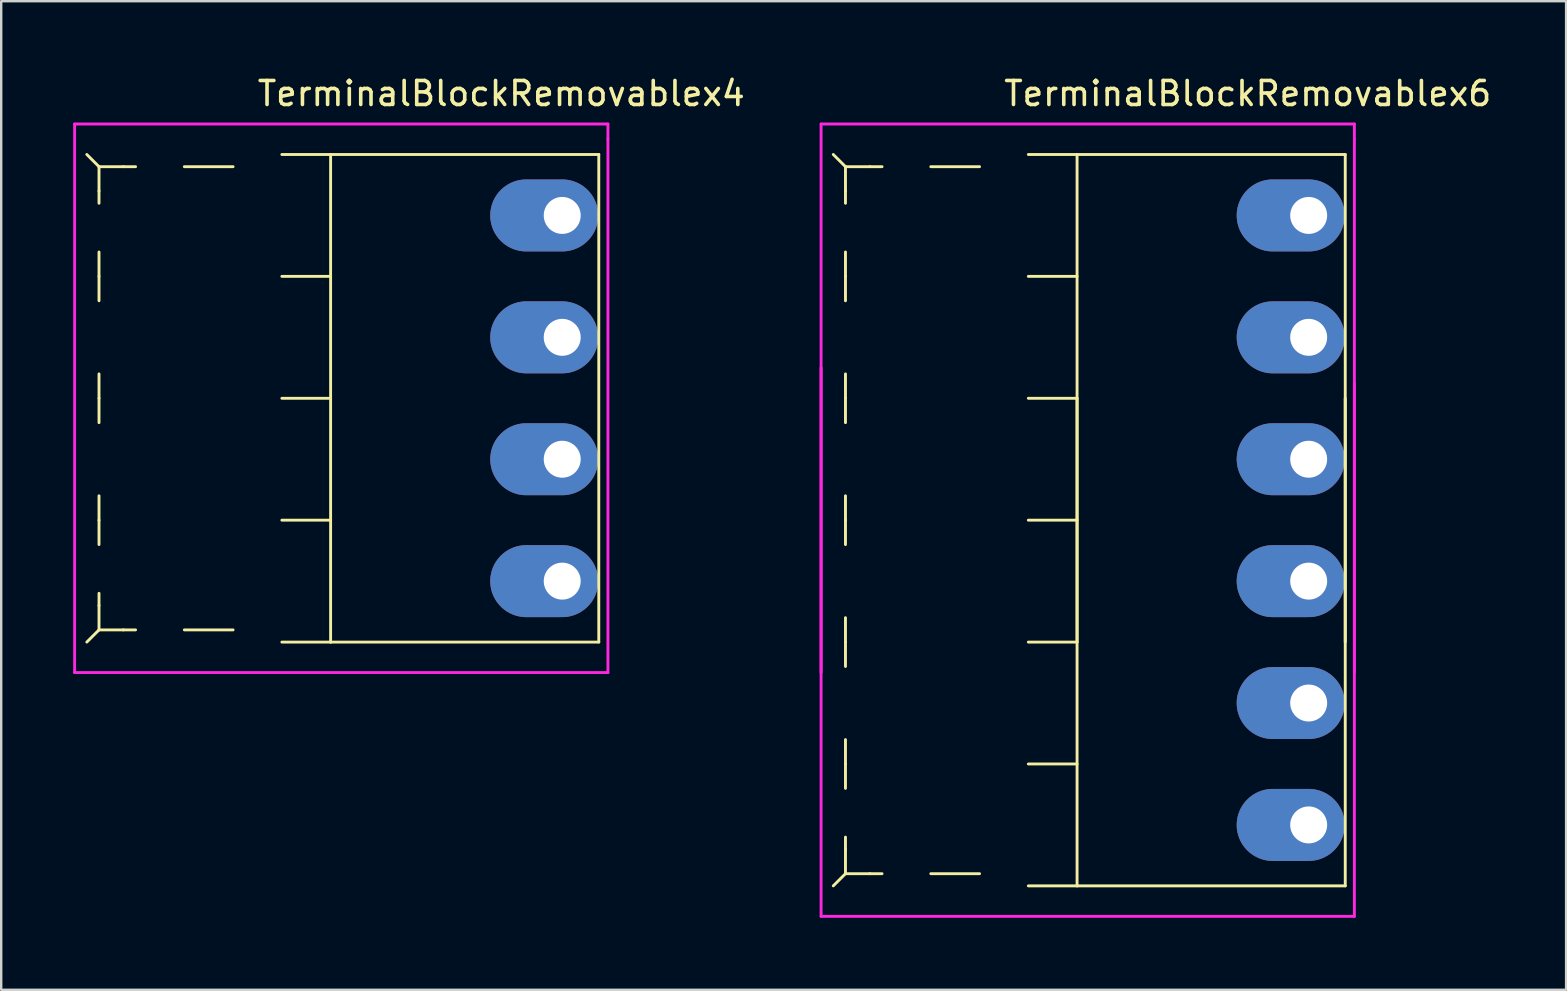
<source format=kicad_pcb>
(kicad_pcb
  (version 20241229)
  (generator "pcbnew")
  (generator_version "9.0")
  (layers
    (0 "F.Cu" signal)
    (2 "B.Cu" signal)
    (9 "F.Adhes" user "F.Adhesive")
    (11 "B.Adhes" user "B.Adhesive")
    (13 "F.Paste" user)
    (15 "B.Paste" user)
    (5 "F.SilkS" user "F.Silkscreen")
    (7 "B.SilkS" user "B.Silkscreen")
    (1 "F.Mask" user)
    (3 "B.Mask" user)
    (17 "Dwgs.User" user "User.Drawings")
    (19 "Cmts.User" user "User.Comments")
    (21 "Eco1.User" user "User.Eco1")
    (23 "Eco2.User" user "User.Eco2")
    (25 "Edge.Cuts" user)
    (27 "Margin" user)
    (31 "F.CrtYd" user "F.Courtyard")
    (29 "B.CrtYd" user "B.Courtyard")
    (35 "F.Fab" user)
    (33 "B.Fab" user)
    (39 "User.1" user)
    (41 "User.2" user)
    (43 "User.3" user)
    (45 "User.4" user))
  (footprint "TerminalBlockRemovablex4"
    (layer "F.Cu")
    (at 20.38 5.928)
    (property "Reference" "TerminalBlockRemovablex4" (at -2.54 -5.08 0) (layer "F.SilkS") (effects (font (size 1 1) (thickness 0.15))))
    (attr through_hole)
    (fp_line (start -19.812 -2.54) (end -19.304 -2.032) (stroke (width 0.12) (type solid)) (layer "F.SilkS"))
    (fp_line (start -19.812 17.78) (end -19.304 17.272) (stroke (width 0.12) (type solid)) (layer "F.SilkS"))
    (fp_line (start -19.304 -2.032) (end -19.304 -1.016) (stroke (width 0.12) (type solid)) (layer "F.SilkS"))
    (fp_line (start -19.304 -2.032) (end -18.288 -2.032) (stroke (width 0.12) (type solid)) (layer "F.SilkS"))
    (fp_line (start -19.304 -0.508) (end -19.304 -1.016) (stroke (width 0.12) (type solid)) (layer "F.SilkS"))
    (fp_line (start -19.304 2.54) (end -19.304 1.524) (stroke (width 0.12) (type solid)) (layer "F.SilkS"))
    (fp_line (start -19.304 2.54) (end -19.304 3.556) (stroke (width 0.12) (type solid)) (layer "F.SilkS"))
    (fp_line (start -19.304 7.62) (end -19.304 6.604) (stroke (width 0.12) (type solid)) (layer "F.SilkS"))
    (fp_line (start -19.304 7.62) (end -19.304 8.636) (stroke (width 0.12) (type solid)) (layer "F.SilkS"))
    (fp_line (start -19.304 12.7) (end -19.304 11.684) (stroke (width 0.12) (type solid)) (layer "F.SilkS"))
    (fp_line (start -19.304 12.7) (end -19.304 13.716) (stroke (width 0.12) (type solid)) (layer "F.SilkS"))
    (fp_line (start -19.304 15.748) (end -19.304 16.256) (stroke (width 0.12) (type solid)) (layer "F.SilkS"))
    (fp_line (start -19.304 16.256) (end -19.304 17.272) (stroke (width 0.12) (type solid)) (layer "F.SilkS"))
    (fp_line (start -19.304 17.272) (end -18.288 17.272) (stroke (width 0.12) (type solid)) (layer "F.SilkS"))
    (fp_line (start -17.78 -2.032) (end -18.288 -2.032) (stroke (width 0.12) (type solid)) (layer "F.SilkS"))
    (fp_line (start -17.78 17.272) (end -18.288 17.272) (stroke (width 0.12) (type solid)) (layer "F.SilkS"))
    (fp_line (start -15.748 -2.032) (end -13.716 -2.032) (stroke (width 0.12) (type solid)) (layer "F.SilkS"))
    (fp_line (start -15.748 17.272) (end -13.716 17.272) (stroke (width 0.12) (type solid)) (layer "F.SilkS"))
    (fp_line (start -9.652 -2.54) (end -11.684 -2.54) (stroke (width 0.12) (type solid)) (layer "F.SilkS"))
    (fp_line (start -9.652 -2.54) (end -9.652 17.78) (stroke (width 0.12) (type solid)) (layer "F.SilkS"))
    (fp_line (start -9.652 2.54) (end -11.684 2.54) (stroke (width 0.12) (type solid)) (layer "F.SilkS"))
    (fp_line (start -9.652 7.62) (end -11.684 7.62) (stroke (width 0.12) (type solid)) (layer "F.SilkS"))
    (fp_line (start -9.652 12.7) (end -11.684 12.7) (stroke (width 0.12) (type solid)) (layer "F.SilkS"))
    (fp_line (start -9.652 17.78) (end -11.684 17.78) (stroke (width 0.12) (type solid)) (layer "F.SilkS"))
    (fp_line (start 1.524 -2.54) (end -9.652 -2.54) (stroke (width 0.12) (type solid)) (layer "F.SilkS"))
    (fp_line (start 1.524 17.78) (end -9.652 17.78) (stroke (width 0.12) (type solid)) (layer "F.SilkS"))
    (fp_line (start 1.524 17.78) (end 1.524 -2.54) (stroke (width 0.12) (type solid)) (layer "F.SilkS"))
    (fp_line (start -20.32 19.05) (end -20.32 -3.81) (stroke (width 0.12) (type solid)) (layer "F.CrtYd"))
    (fp_line (start 1.905 -3.81) (end -20.32 -3.81) (stroke (width 0.12) (type solid)) (layer "F.CrtYd"))
    (fp_line (start 1.905 -3.81) (end 1.905 -3.175) (stroke (width 0.12) (type solid)) (layer "F.CrtYd"))
    (fp_line (start 1.905 -3.175) (end 1.905 19.05) (stroke (width 0.12) (type solid)) (layer "F.CrtYd"))
    (fp_line (start 1.905 19.05) (end -20.32 19.05) (stroke (width 0.12) (type solid)) (layer "F.CrtYd"))
    (pad "1" thru_hole oval (at 0 0) (size 4.5 3) (drill 1.54 (offset -0.75 0)) (layers "*.Cu" "*.Mask"))
    (pad "2" thru_hole oval (at 0 5.08) (size 4.5 3) (drill 1.54 (offset -0.75 0)) (layers "*.Cu" "*.Mask"))
    (pad "3" thru_hole oval (at 0 10.16) (size 4.5 3) (drill 1.54 (offset -0.75 0)) (layers "*.Cu" "*.Mask"))
    (pad "4" thru_hole oval (at 0 15.24) (size 4.5 3) (drill 1.54 (offset -0.75 0)) (layers "*.Cu" "*.Mask")))
  (footprint "TerminalBlockRemovablex6"
    (layer "F.Cu")
    (at 51.488 5.928)
    (property "Reference" "TerminalBlockRemovablex6" (at -2.54 -5.08 0) (layer "F.SilkS") (effects (font (size 1 1) (thickness 0.15))))
    (attr through_hole)
    (fp_line (start -19.812 -2.54) (end -19.304 -2.032) (stroke (width 0.12) (type solid)) (layer "F.SilkS"))
    (fp_line (start -19.812 27.94) (end -19.304 27.432) (stroke (width 0.12) (type solid)) (layer "F.SilkS"))
    (fp_line (start -19.304 -2.032) (end -19.304 -1.016) (stroke (width 0.12) (type solid)) (layer "F.SilkS"))
    (fp_line (start -19.304 -2.032) (end -18.288 -2.032) (stroke (width 0.12) (type solid)) (layer "F.SilkS"))
    (fp_line (start -19.304 -0.508) (end -19.304 -1.016) (stroke (width 0.12) (type solid)) (layer "F.SilkS"))
    (fp_line (start -19.304 2.54) (end -19.304 1.524) (stroke (width 0.12) (type solid)) (layer "F.SilkS"))
    (fp_line (start -19.304 2.54) (end -19.304 3.556) (stroke (width 0.12) (type solid)) (layer "F.SilkS"))
    (fp_line (start -19.304 7.62) (end -19.304 6.604) (stroke (width 0.12) (type solid)) (layer "F.SilkS"))
    (fp_line (start -19.304 7.62) (end -19.304 8.636) (stroke (width 0.12) (type solid)) (layer "F.SilkS"))
    (fp_line (start -19.304 12.7) (end -19.304 11.684) (stroke (width 0.12) (type solid)) (layer "F.SilkS"))
    (fp_line (start -19.304 12.7) (end -19.304 13.716) (stroke (width 0.12) (type solid)) (layer "F.SilkS"))
    (fp_line (start -19.304 17.78) (end -19.304 16.764) (stroke (width 0.12) (type solid)) (layer "F.SilkS"))
    (fp_line (start -19.304 17.78) (end -19.304 18.796) (stroke (width 0.12) (type solid)) (layer "F.SilkS"))
    (fp_line (start -19.304 22.86) (end -19.304 21.844) (stroke (width 0.12) (type solid)) (layer "F.SilkS"))
    (fp_line (start -19.304 22.86) (end -19.304 23.876) (stroke (width 0.12) (type solid)) (layer "F.SilkS"))
    (fp_line (start -19.304 25.908) (end -19.304 26.416) (stroke (width 0.12) (type solid)) (layer "F.SilkS"))
    (fp_line (start -19.304 26.416) (end -19.304 27.432) (stroke (width 0.12) (type solid)) (layer "F.SilkS"))
    (fp_line (start -19.304 27.432) (end -18.288 27.432) (stroke (width 0.12) (type solid)) (layer "F.SilkS"))
    (fp_line (start -17.78 -2.032) (end -18.288 -2.032) (stroke (width 0.12) (type solid)) (layer "F.SilkS"))
    (fp_line (start -17.78 27.432) (end -18.288 27.432) (stroke (width 0.12) (type solid)) (layer "F.SilkS"))
    (fp_line (start -15.748 -2.032) (end -13.716 -2.032) (stroke (width 0.12) (type solid)) (layer "F.SilkS"))
    (fp_line (start -15.748 27.432) (end -13.716 27.432) (stroke (width 0.12) (type solid)) (layer "F.SilkS"))
    (fp_line (start -9.652 -2.54) (end -11.684 -2.54) (stroke (width 0.12) (type solid)) (layer "F.SilkS"))
    (fp_line (start -9.652 -2.54) (end -9.652 17.78) (stroke (width 0.12) (type solid)) (layer "F.SilkS"))
    (fp_line (start -9.652 2.54) (end -11.684 2.54) (stroke (width 0.12) (type solid)) (layer "F.SilkS"))
    (fp_line (start -9.652 7.62) (end -11.684 7.62) (stroke (width 0.12) (type solid)) (layer "F.SilkS"))
    (fp_line (start -9.652 7.62) (end -9.652 27.94) (stroke (width 0.12) (type solid)) (layer "F.SilkS"))
    (fp_line (start -9.652 12.7) (end -11.684 12.7) (stroke (width 0.12) (type solid)) (layer "F.SilkS"))
    (fp_line (start -9.652 17.78) (end -11.684 17.78) (stroke (width 0.12) (type solid)) (layer "F.SilkS"))
    (fp_line (start -9.652 22.86) (end -11.684 22.86) (stroke (width 0.12) (type solid)) (layer "F.SilkS"))
    (fp_line (start -9.652 27.94) (end -11.684 27.94) (stroke (width 0.12) (type solid)) (layer "F.SilkS"))
    (fp_line (start 1.524 -2.54) (end -9.652 -2.54) (stroke (width 0.12) (type solid)) (layer "F.SilkS"))
    (fp_line (start 1.524 17.78) (end 1.524 -2.54) (stroke (width 0.12) (type solid)) (layer "F.SilkS"))
    (fp_line (start 1.524 27.94) (end -9.652 27.94) (stroke (width 0.12) (type solid)) (layer "F.SilkS"))
    (fp_line (start 1.524 27.94) (end 1.524 7.62) (stroke (width 0.12) (type solid)) (layer "F.SilkS"))
    (fp_line (start -20.32 19.05) (end -20.32 -3.81) (stroke (width 0.12) (type solid)) (layer "F.CrtYd"))
    (fp_line (start -20.32 29.21) (end -20.32 6.35) (stroke (width 0.12) (type solid)) (layer "F.CrtYd"))
    (fp_line (start 1.905 -3.81) (end -20.32 -3.81) (stroke (width 0.12) (type solid)) (layer "F.CrtYd"))
    (fp_line (start 1.905 -3.81) (end 1.905 -3.175) (stroke (width 0.12) (type solid)) (layer "F.CrtYd"))
    (fp_line (start 1.905 -3.175) (end 1.905 19.05) (stroke (width 0.12) (type solid)) (layer "F.CrtYd"))
    (fp_line (start 1.905 6.985) (end 1.905 29.21) (stroke (width 0.12) (type solid)) (layer "F.CrtYd"))
    (fp_line (start 1.905 29.21) (end -20.32 29.21) (stroke (width 0.12) (type solid)) (layer "F.CrtYd"))
    (pad "1" thru_hole oval (at 0 0) (size 4.5 3) (drill 1.54 (offset -0.75 0)) (layers "*.Cu" "*.Mask"))
    (pad "2" thru_hole oval (at 0 5.08) (size 4.5 3) (drill 1.54 (offset -0.75 0)) (layers "*.Cu" "*.Mask"))
    (pad "3" thru_hole oval (at 0 10.16) (size 4.5 3) (drill 1.54 (offset -0.75 0)) (layers "*.Cu" "*.Mask"))
    (pad "4" thru_hole oval (at 0 15.24) (size 4.5 3) (drill 1.54 (offset -0.75 0)) (layers "*.Cu" "*.Mask"))
    (pad "5" thru_hole oval (at 0 20.32) (size 4.5 3) (drill 1.54 (offset -0.75 0)) (layers "*.Cu" "*.Mask"))
    (pad "6" thru_hole oval (at 0 25.4) (size 4.5 3) (drill 1.54 (offset -0.75 0)) (layers "*.Cu" "*.Mask")))
  (gr_rect
    (start -3 -3)
    (end 62.216 38.198)
    (stroke (width 0.1) (type default))
    (fill no)
    (layer "Edge.Cuts")))
</source>
